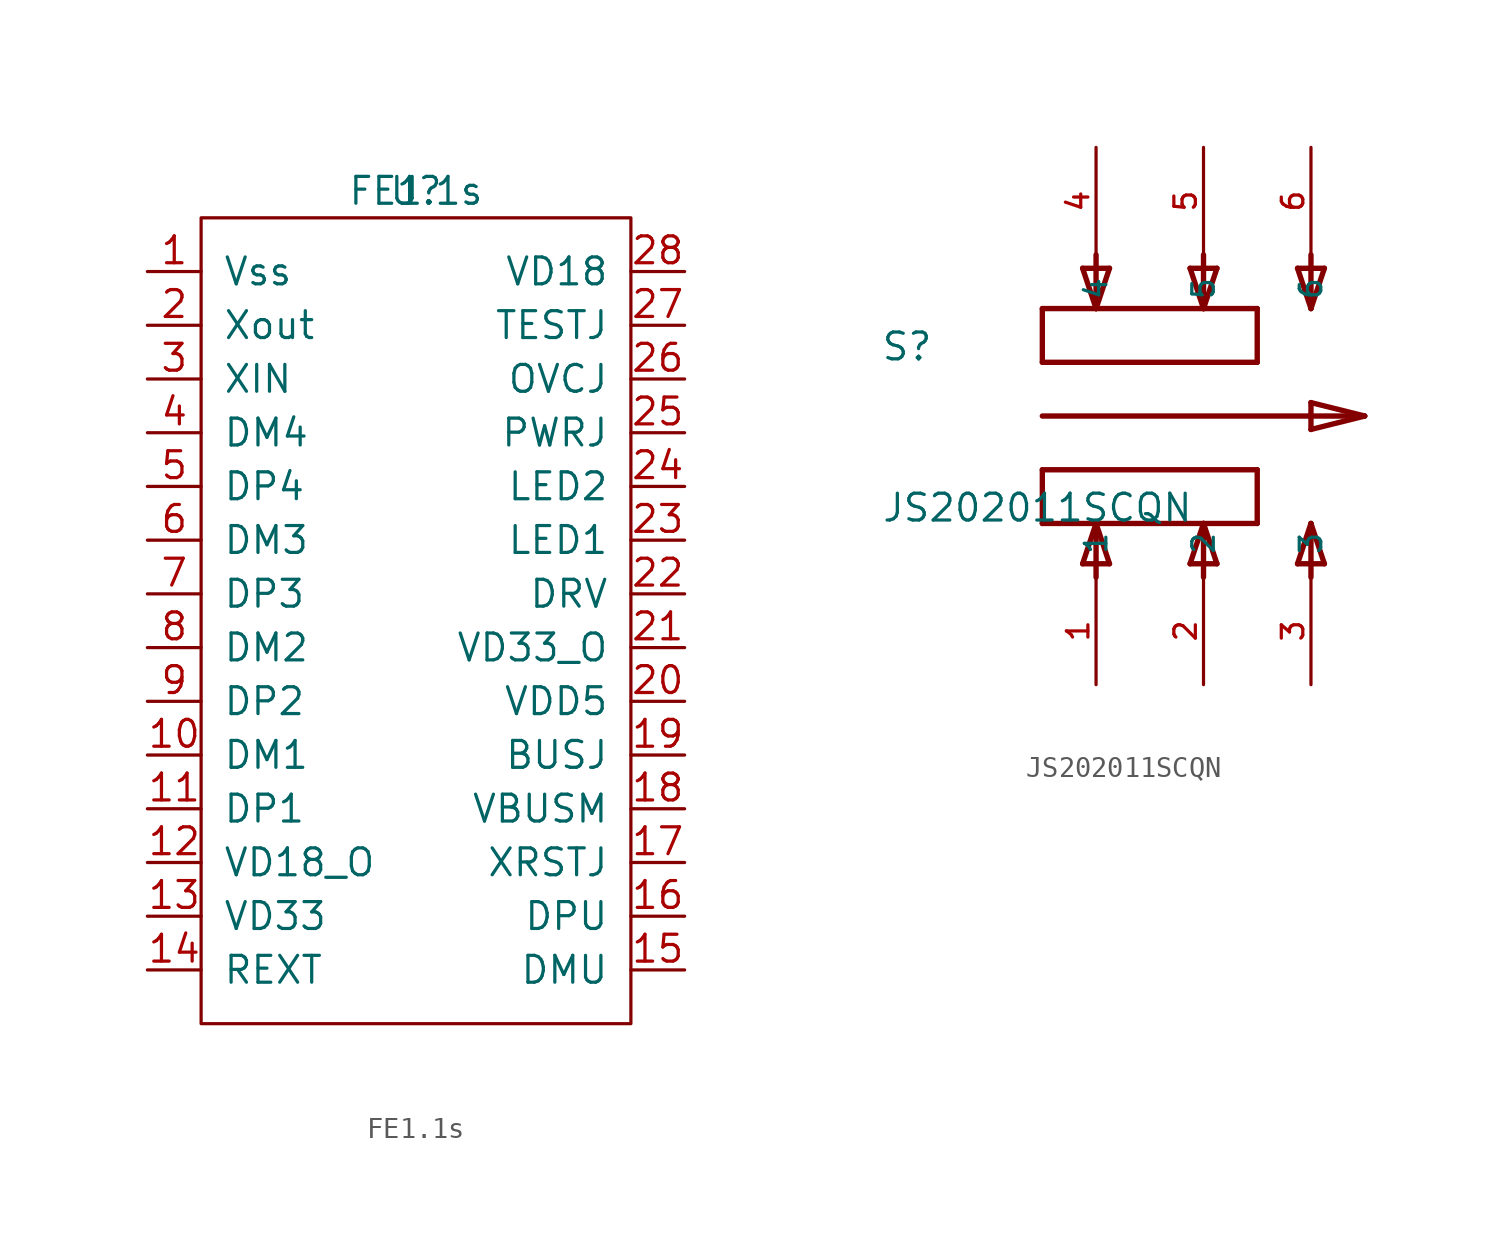
<source format=kicad_sym>
(kicad_symbol_lib
  (version 20220914)
  (generator kicad_symbol_editor)
  (symbol "FE1.1s"
    (pin_names
      (offset 1.016))
    (property "Reference" "U"
      (at 0 0 0)
      (effects (font (size 1.27 1.27))))
    (property "Value" "FE1.1s"
      (at 0 0 0)
      (effects (font (size 1.27 1.27))))
    (symbol "FE1.1s_0_1"
      (rectangle (start -10.16 -1.27) (end 10.16 -39.37) (stroke (width 0) (type solid)) (fill (type none))))
    (symbol "FE1.1s_1_1"
      (pin input line (at -12.7 -3.81 0) (length 2.54) (name "Vss" (effects (font (size 1.27 1.27)))) (number "1" (effects (font (size 1.27 1.27)))))
      (pin input line (at -12.7 -26.67 0) (length 2.54) (name "DM1" (effects (font (size 1.27 1.27)))) (number "10" (effects (font (size 1.27 1.27)))))
      (pin input line (at -12.7 -29.21 0) (length 2.54) (name "DP1" (effects (font (size 1.27 1.27)))) (number "11" (effects (font (size 1.27 1.27)))))
      (pin input line (at -12.7 -31.75 0) (length 2.54) (name "VD18_O" (effects (font (size 1.27 1.27)))) (number "12" (effects (font (size 1.27 1.27)))))
      (pin input line (at -12.7 -34.29 0) (length 2.54) (name "VD33" (effects (font (size 1.27 1.27)))) (number "13" (effects (font (size 1.27 1.27)))))
      (pin input line (at -12.7 -36.83 0) (length 2.54) (name "REXT" (effects (font (size 1.27 1.27)))) (number "14" (effects (font (size 1.27 1.27)))))
      (pin input line (at 12.7 -36.83 180) (length 2.54) (name "DMU" (effects (font (size 1.27 1.27)))) (number "15" (effects (font (size 1.27 1.27)))))
      (pin input line (at 12.7 -34.29 180) (length 2.54) (name "DPU" (effects (font (size 1.27 1.27)))) (number "16" (effects (font (size 1.27 1.27)))))
      (pin input line (at 12.7 -31.75 180) (length 2.54) (name "XRSTJ" (effects (font (size 1.27 1.27)))) (number "17" (effects (font (size 1.27 1.27)))))
      (pin input line (at 12.7 -29.21 180) (length 2.54) (name "VBUSM" (effects (font (size 1.27 1.27)))) (number "18" (effects (font (size 1.27 1.27)))))
      (pin input line (at 12.7 -26.67 180) (length 2.54) (name "BUSJ" (effects (font (size 1.27 1.27)))) (number "19" (effects (font (size 1.27 1.27)))))
      (pin input line (at -12.7 -6.35 0) (length 2.54) (name "Xout" (effects (font (size 1.27 1.27)))) (number "2" (effects (font (size 1.27 1.27)))))
      (pin input line (at 12.7 -24.13 180) (length 2.54) (name "VDD5" (effects (font (size 1.27 1.27)))) (number "20" (effects (font (size 1.27 1.27)))))
      (pin input line (at 12.7 -21.59 180) (length 2.54) (name "VD33_O" (effects (font (size 1.27 1.27)))) (number "21" (effects (font (size 1.27 1.27)))))
      (pin input line (at 12.7 -19.05 180) (length 2.54) (name "DRV" (effects (font (size 1.27 1.27)))) (number "22" (effects (font (size 1.27 1.27)))))
      (pin input line (at 12.7 -16.51 180) (length 2.54) (name "LED1" (effects (font (size 1.27 1.27)))) (number "23" (effects (font (size 1.27 1.27)))))
      (pin input line (at 12.7 -13.97 180) (length 2.54) (name "LED2" (effects (font (size 1.27 1.27)))) (number "24" (effects (font (size 1.27 1.27)))))
      (pin input line (at 12.7 -11.43 180) (length 2.54) (name "PWRJ" (effects (font (size 1.27 1.27)))) (number "25" (effects (font (size 1.27 1.27)))))
      (pin input line (at 12.7 -8.89 180) (length 2.54) (name "OVCJ" (effects (font (size 1.27 1.27)))) (number "26" (effects (font (size 1.27 1.27)))))
      (pin input line (at 12.7 -6.35 180) (length 2.54) (name "TESTJ" (effects (font (size 1.27 1.27)))) (number "27" (effects (font (size 1.27 1.27)))))
      (pin input line (at 12.7 -3.81 180) (length 2.54) (name "VD18" (effects (font (size 1.27 1.27)))) (number "28" (effects (font (size 1.27 1.27)))))
      (pin input line (at -12.7 -8.89 0) (length 2.54) (name "XIN" (effects (font (size 1.27 1.27)))) (number "3" (effects (font (size 1.27 1.27)))))
      (pin input line (at -12.7 -11.43 0) (length 2.54) (name "DM4" (effects (font (size 1.27 1.27)))) (number "4" (effects (font (size 1.27 1.27)))))
      (pin input line (at -12.7 -13.97 0) (length 2.54) (name "DP4" (effects (font (size 1.27 1.27)))) (number "5" (effects (font (size 1.27 1.27)))))
      (pin input line (at -12.7 -16.51 0) (length 2.54) (name "DM3" (effects (font (size 1.27 1.27)))) (number "6" (effects (font (size 1.27 1.27)))))
      (pin input line (at -12.7 -19.05 0) (length 2.54) (name "DP3" (effects (font (size 1.27 1.27)))) (number "7" (effects (font (size 1.27 1.27)))))
      (pin input line (at -12.7 -21.59 0) (length 2.54) (name "DM2" (effects (font (size 1.27 1.27)))) (number "8" (effects (font (size 1.27 1.27)))))
      (pin input line (at -12.7 -24.13 0) (length 2.54) (name "DP2" (effects (font (size 1.27 1.27)))) (number "9" (effects (font (size 1.27 1.27)))))))
  (symbol "JS202011SCQN"
    (pin_names
      (offset 1.016))
    (property "Reference" "S"
      (at -15.265 2.54 0)
      (effects (font (size 1.27 1.27)) (justify left bottom)))
    (property "Value" "JS202011SCQN"
      (at -15.24 -5.08 0)
      (effects (font (size 1.27 1.27)) (justify left bottom)))
    (property "ki_locked" ""
      (at 0 0 0)
      (effects (font (size 1.27 1.27))))
    (symbol "JS202011SCQN_0_0"
      (polyline (pts (xy -7.62 -5.08) (xy -7.62 -2.54)) (stroke (width 0.254) (type solid)) (fill (type none)))
      (polyline (pts (xy -7.62 -2.54) (xy 2.54 -2.54)) (stroke (width 0.254) (type solid)) (fill (type none)))
      (polyline (pts (xy -7.62 0) (xy 7.62 0)) (stroke (width 0.254) (type solid)) (fill (type none)))
      (polyline (pts (xy -7.62 2.54) (xy 2.54 2.54)) (stroke (width 0.254) (type solid)) (fill (type none)))
      (polyline (pts (xy -7.62 5.08) (xy -7.62 2.54)) (stroke (width 0.254) (type solid)) (fill (type none)))
      (polyline (pts (xy -5.715 -6.985) (xy -4.445 -6.985)) (stroke (width 0.254) (type solid)) (fill (type none)))
      (polyline (pts (xy -5.715 6.985) (xy -5.08 5.08)) (stroke (width 0.254) (type solid)) (fill (type none)))
      (polyline (pts (xy -5.08 -5.08) (xy -7.62 -5.08)) (stroke (width 0.254) (type solid)) (fill (type none)))
      (polyline (pts (xy -5.08 -5.08) (xy -5.715 -6.985)) (stroke (width 0.254) (type solid)) (fill (type none)))
      (polyline (pts (xy -5.08 -5.08) (xy -5.08 -7.62)) (stroke (width 0.254) (type solid)) (fill (type none)))
      (polyline (pts (xy -5.08 5.08) (xy -7.62 5.08)) (stroke (width 0.254) (type solid)) (fill (type none)))
      (polyline (pts (xy -5.08 5.08) (xy -4.445 6.985)) (stroke (width 0.254) (type solid)) (fill (type none)))
      (polyline (pts (xy -5.08 7.62) (xy -5.08 5.08)) (stroke (width 0.254) (type solid)) (fill (type none)))
      (polyline (pts (xy -4.445 -6.985) (xy -5.08 -5.08)) (stroke (width 0.254) (type solid)) (fill (type none)))
      (polyline (pts (xy -4.445 6.985) (xy -5.715 6.985)) (stroke (width 0.254) (type solid)) (fill (type none)))
      (polyline (pts (xy -0.635 -6.985) (xy 0.635 -6.985)) (stroke (width 0.254) (type solid)) (fill (type none)))
      (polyline (pts (xy -0.635 6.985) (xy 0 5.08)) (stroke (width 0.254) (type solid)) (fill (type none)))
      (polyline (pts (xy 0 -5.08) (xy -5.08 -5.08)) (stroke (width 0.254) (type solid)) (fill (type none)))
      (polyline (pts (xy 0 -5.08) (xy -0.635 -6.985)) (stroke (width 0.254) (type solid)) (fill (type none)))
      (polyline (pts (xy 0 -5.08) (xy 0 -7.62)) (stroke (width 0.254) (type solid)) (fill (type none)))
      (polyline (pts (xy 0 5.08) (xy -5.08 5.08)) (stroke (width 0.254) (type solid)) (fill (type none)))
      (polyline (pts (xy 0 5.08) (xy 0.635 6.985)) (stroke (width 0.254) (type solid)) (fill (type none)))
      (polyline (pts (xy 0 7.62) (xy 0 5.08)) (stroke (width 0.254) (type solid)) (fill (type none)))
      (polyline (pts (xy 0.635 -6.985) (xy 0 -5.08)) (stroke (width 0.254) (type solid)) (fill (type none)))
      (polyline (pts (xy 0.635 6.985) (xy -0.635 6.985)) (stroke (width 0.254) (type solid)) (fill (type none)))
      (polyline (pts (xy 2.54 -5.08) (xy 0 -5.08)) (stroke (width 0.254) (type solid)) (fill (type none)))
      (polyline (pts (xy 2.54 -2.54) (xy 2.54 -5.08)) (stroke (width 0.254) (type solid)) (fill (type none)))
      (polyline (pts (xy 2.54 2.54) (xy 2.54 5.08)) (stroke (width 0.254) (type solid)) (fill (type none)))
      (polyline (pts (xy 2.54 5.08) (xy 0 5.08)) (stroke (width 0.254) (type solid)) (fill (type none)))
      (polyline (pts (xy 4.445 -6.985) (xy 5.715 -6.985)) (stroke (width 0.254) (type solid)) (fill (type none)))
      (polyline (pts (xy 4.445 6.985) (xy 5.08 5.08)) (stroke (width 0.254) (type solid)) (fill (type none)))
      (polyline (pts (xy 5.08 -5.08) (xy 4.445 -6.985)) (stroke (width 0.254) (type solid)) (fill (type none)))
      (polyline (pts (xy 5.08 -5.08) (xy 5.08 -7.62)) (stroke (width 0.254) (type solid)) (fill (type none)))
      (polyline (pts (xy 5.08 -0.635) (xy 7.62 0)) (stroke (width 0.254) (type solid)) (fill (type none)))
      (polyline (pts (xy 5.08 0.635) (xy 5.08 -0.635)) (stroke (width 0.254) (type solid)) (fill (type none)))
      (polyline (pts (xy 5.08 5.08) (xy 5.715 6.985)) (stroke (width 0.254) (type solid)) (fill (type none)))
      (polyline (pts (xy 5.08 7.62) (xy 5.08 5.08)) (stroke (width 0.254) (type solid)) (fill (type none)))
      (polyline (pts (xy 5.715 -6.985) (xy 5.08 -5.08)) (stroke (width 0.254) (type solid)) (fill (type none)))
      (polyline (pts (xy 5.715 6.985) (xy 4.445 6.985)) (stroke (width 0.254) (type solid)) (fill (type none)))
      (polyline (pts (xy 7.62 0) (xy 5.08 0.635)) (stroke (width 0.254) (type solid)) (fill (type none)))
      (pin passive line (at -5.08 -12.7 90) (length 5.08) (name "1" (effects (font (size 1.016 1.016)))) (number "1" (effects (font (size 1.016 1.016)))))
      (pin passive line (at 0 -12.7 90) (length 5.08) (name "2" (effects (font (size 1.016 1.016)))) (number "2" (effects (font (size 1.016 1.016)))))
      (pin passive line (at 5.08 -12.7 90) (length 5.08) (name "3" (effects (font (size 1.016 1.016)))) (number "3" (effects (font (size 1.016 1.016)))))
      (pin passive line (at -5.08 12.7 270) (length 5.08) (name "4" (effects (font (size 1.016 1.016)))) (number "4" (effects (font (size 1.016 1.016)))))
      (pin passive line (at 0 12.7 270) (length 5.08) (name "5" (effects (font (size 1.016 1.016)))) (number "5" (effects (font (size 1.016 1.016)))))
      (pin passive line (at 5.08 12.7 270) (length 5.08) (name "6" (effects (font (size 1.016 1.016)))) (number "6" (effects (font (size 1.016 1.016))))))))
</source>
